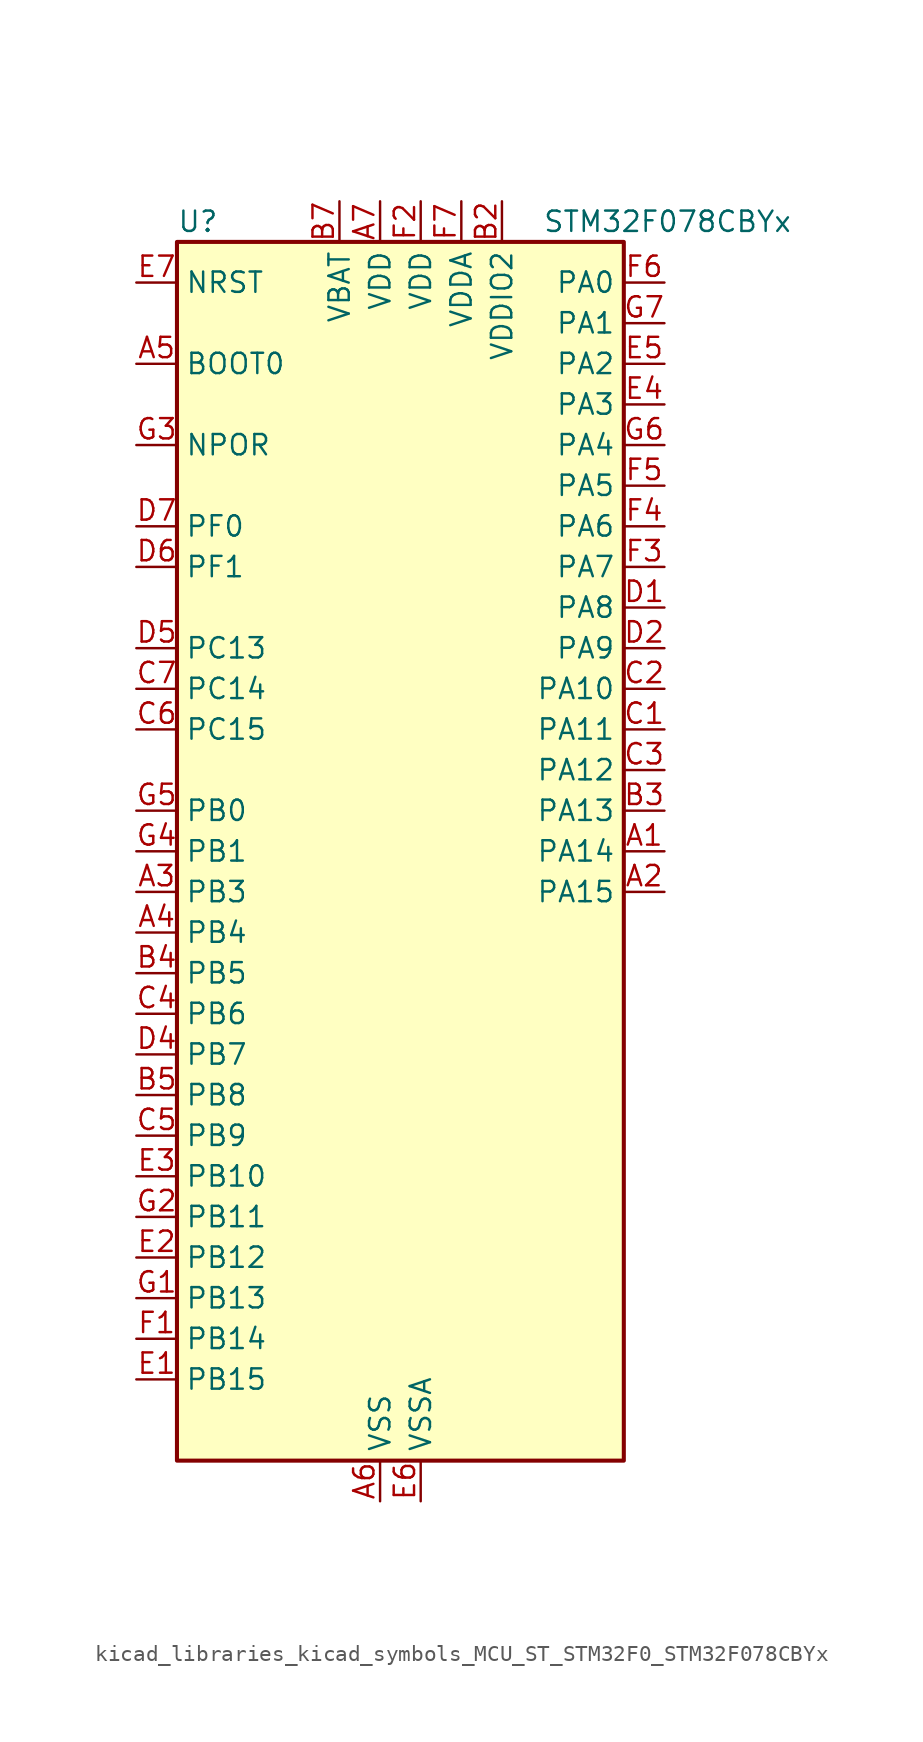
<source format=kicad_sym>
(kicad_symbol_lib
  (version 20220914)
  (generator kicad_symbol_editor)
  (symbol "kicad_libraries_kicad_symbols_MCU_ST_STM32F0_STM32F078CBYx"
    (property "Reference" "U"
      (at -12.7 39.37 0)
      (effects (font (size 1.27 1.27)) (justify left)))
    (property "Value" "STM32F078CBYx"
      (at 10.16 39.37 0)
      (effects (font (size 1.27 1.27)) (justify left)))
    (property "ki_locked" ""
      (at 0 0 0)
      (effects (font (size 1.27 1.27))))
    (symbol "kicad_libraries_kicad_symbols_MCU_ST_STM32F0_STM32F078CBYx_0_1"
      (rectangle (start -12.7 -38.1) (end 15.24 38.1) (stroke (width 0.254) (type default)) (fill (type background))))
    (symbol "kicad_libraries_kicad_symbols_MCU_ST_STM32F0_STM32F078CBYx_1_1"
      (pin bidirectional line (at 17.78 0 180) (length 2.54) (name "PA14" (effects (font (size 1.27 1.27)))) (number "A1" (effects (font (size 1.27 1.27)))) (alternate "SYS_SWCLK" bidirectional line) (alternate "USART2_TX" bidirectional line))
      (pin bidirectional line (at 17.78 -2.54 180) (length 2.54) (name "PA15" (effects (font (size 1.27 1.27)))) (number "A2" (effects (font (size 1.27 1.27)))) (alternate "I2S1_WS" bidirectional line) (alternate "SPI1_NSS" bidirectional line) (alternate "TIM2_CH1" bidirectional line) (alternate "TIM2_ETR" bidirectional line) (alternate "USART2_RX" bidirectional line) (alternate "USART4_DE" bidirectional line) (alternate "USART4_RTS" bidirectional line))
      (pin bidirectional line (at -15.24 -2.54 0) (length 2.54) (name "PB3" (effects (font (size 1.27 1.27)))) (number "A3" (effects (font (size 1.27 1.27)))) (alternate "I2S1_CK" bidirectional line) (alternate "SPI1_SCK" bidirectional line) (alternate "TIM2_CH2" bidirectional line) (alternate "TSC_G5_IO1" bidirectional line))
      (pin bidirectional line (at -15.24 -5.08 0) (length 2.54) (name "PB4" (effects (font (size 1.27 1.27)))) (number "A4" (effects (font (size 1.27 1.27)))) (alternate "I2S1_MCK" bidirectional line) (alternate "SPI1_MISO" bidirectional line) (alternate "TIM17_BKIN" bidirectional line) (alternate "TIM3_CH1" bidirectional line) (alternate "TSC_G5_IO2" bidirectional line))
      (pin input line (at -15.24 30.48 0) (length 2.54) (name "BOOT0" (effects (font (size 1.27 1.27)))) (number "A5" (effects (font (size 1.27 1.27)))))
      (pin power_in line (at 0 -40.64 90) (length 2.54) (name "VSS" (effects (font (size 1.27 1.27)))) (number "A6" (effects (font (size 1.27 1.27)))))
      (pin power_in line (at 0 40.64 270) (length 2.54) (name "VDD" (effects (font (size 1.27 1.27)))) (number "A7" (effects (font (size 1.27 1.27)))))
      (pin passive line (at 0 -40.64 90) (length 2.54) hide (name "VSS" (effects (font (size 1.27 1.27)))) (number "B1" (effects (font (size 1.27 1.27)))))
      (pin power_in line (at 7.62 40.64 270) (length 2.54) (name "VDDIO2" (effects (font (size 1.27 1.27)))) (number "B2" (effects (font (size 1.27 1.27)))))
      (pin bidirectional line (at 17.78 2.54 180) (length 2.54) (name "PA13" (effects (font (size 1.27 1.27)))) (number "B3" (effects (font (size 1.27 1.27)))) (alternate "IR_OUT" bidirectional line) (alternate "SYS_SWDIO" bidirectional line) (alternate "USB_NOE" bidirectional line))
      (pin bidirectional line (at -15.24 -7.62 0) (length 2.54) (name "PB5" (effects (font (size 1.27 1.27)))) (number "B4" (effects (font (size 1.27 1.27)))) (alternate "I2C1_SMBA" bidirectional line) (alternate "I2S1_SD" bidirectional line) (alternate "SPI1_MOSI" bidirectional line) (alternate "SYS_WKUP6" bidirectional line) (alternate "TIM16_BKIN" bidirectional line) (alternate "TIM3_CH2" bidirectional line))
      (pin bidirectional line (at -15.24 -15.24 0) (length 2.54) (name "PB8" (effects (font (size 1.27 1.27)))) (number "B5" (effects (font (size 1.27 1.27)))) (alternate "CEC" bidirectional line) (alternate "I2C1_SCL" bidirectional line) (alternate "TIM16_CH1" bidirectional line) (alternate "TSC_SYNC" bidirectional line))
      (pin no_connect line (at -12.7 -38.1 0) (length 2.54) hide (name "NC" (effects (font (size 1.27 1.27)))) (number "B6" (effects (font (size 1.27 1.27)))))
      (pin power_in line (at -2.54 40.64 270) (length 2.54) (name "VBAT" (effects (font (size 1.27 1.27)))) (number "B7" (effects (font (size 1.27 1.27)))))
      (pin bidirectional line (at 17.78 7.62 180) (length 2.54) (name "PA11" (effects (font (size 1.27 1.27)))) (number "C1" (effects (font (size 1.27 1.27)))) (alternate "COMP1_OUT" bidirectional line) (alternate "TIM1_CH4" bidirectional line) (alternate "TSC_G4_IO3" bidirectional line) (alternate "USART1_CTS" bidirectional line) (alternate "USB_DM" bidirectional line))
      (pin bidirectional line (at 17.78 10.16 180) (length 2.54) (name "PA10" (effects (font (size 1.27 1.27)))) (number "C2" (effects (font (size 1.27 1.27)))) (alternate "TIM17_BKIN" bidirectional line) (alternate "TIM1_CH3" bidirectional line) (alternate "TSC_G4_IO2" bidirectional line) (alternate "USART1_RX" bidirectional line))
      (pin bidirectional line (at 17.78 5.08 180) (length 2.54) (name "PA12" (effects (font (size 1.27 1.27)))) (number "C3" (effects (font (size 1.27 1.27)))) (alternate "COMP2_OUT" bidirectional line) (alternate "TIM1_ETR" bidirectional line) (alternate "TSC_G4_IO4" bidirectional line) (alternate "USART1_DE" bidirectional line) (alternate "USART1_RTS" bidirectional line) (alternate "USB_DP" bidirectional line))
      (pin bidirectional line (at -15.24 -10.16 0) (length 2.54) (name "PB6" (effects (font (size 1.27 1.27)))) (number "C4" (effects (font (size 1.27 1.27)))) (alternate "I2C1_SCL" bidirectional line) (alternate "TIM16_CH1N" bidirectional line) (alternate "TSC_G5_IO3" bidirectional line) (alternate "USART1_TX" bidirectional line))
      (pin bidirectional line (at -15.24 -17.78 0) (length 2.54) (name "PB9" (effects (font (size 1.27 1.27)))) (number "C5" (effects (font (size 1.27 1.27)))) (alternate "DAC_EXTI9" bidirectional line) (alternate "I2C1_SDA" bidirectional line) (alternate "I2S2_WS" bidirectional line) (alternate "IR_OUT" bidirectional line) (alternate "SPI2_NSS" bidirectional line) (alternate "TIM17_CH1" bidirectional line))
      (pin bidirectional line (at -15.24 7.62 0) (length 2.54) (name "PC15" (effects (font (size 1.27 1.27)))) (number "C6" (effects (font (size 1.27 1.27)))) (alternate "RCC_OSC32_OUT" bidirectional line))
      (pin bidirectional line (at -15.24 10.16 0) (length 2.54) (name "PC14" (effects (font (size 1.27 1.27)))) (number "C7" (effects (font (size 1.27 1.27)))) (alternate "RCC_OSC32_IN" bidirectional line))
      (pin bidirectional line (at 17.78 15.24 180) (length 2.54) (name "PA8" (effects (font (size 1.27 1.27)))) (number "D1" (effects (font (size 1.27 1.27)))) (alternate "CRS_SYNC" bidirectional line) (alternate "RCC_MCO" bidirectional line) (alternate "TIM1_CH1" bidirectional line) (alternate "USART1_CK" bidirectional line))
      (pin bidirectional line (at 17.78 12.7 180) (length 2.54) (name "PA9" (effects (font (size 1.27 1.27)))) (number "D2" (effects (font (size 1.27 1.27)))) (alternate "DAC_EXTI9" bidirectional line) (alternate "TIM15_BKIN" bidirectional line) (alternate "TIM1_CH2" bidirectional line) (alternate "TSC_G4_IO1" bidirectional line) (alternate "USART1_TX" bidirectional line))
      (pin passive line (at 0 -40.64 90) (length 2.54) hide (name "VSS" (effects (font (size 1.27 1.27)))) (number "D3" (effects (font (size 1.27 1.27)))))
      (pin bidirectional line (at -15.24 -12.7 0) (length 2.54) (name "PB7" (effects (font (size 1.27 1.27)))) (number "D4" (effects (font (size 1.27 1.27)))) (alternate "I2C1_SDA" bidirectional line) (alternate "TIM17_CH1N" bidirectional line) (alternate "TSC_G5_IO4" bidirectional line) (alternate "USART1_RX" bidirectional line) (alternate "USART4_CTS" bidirectional line))
      (pin bidirectional line (at -15.24 12.7 0) (length 2.54) (name "PC13" (effects (font (size 1.27 1.27)))) (number "D5" (effects (font (size 1.27 1.27)))) (alternate "RTC_OUT_ALARM" bidirectional line) (alternate "RTC_OUT_CALIB" bidirectional line) (alternate "RTC_TAMP1" bidirectional line) (alternate "RTC_TS" bidirectional line) (alternate "SYS_WKUP2" bidirectional line))
      (pin bidirectional line (at -15.24 17.78 0) (length 2.54) (name "PF1" (effects (font (size 1.27 1.27)))) (number "D6" (effects (font (size 1.27 1.27)))) (alternate "RCC_OSC_OUT" bidirectional line))
      (pin bidirectional line (at -15.24 20.32 0) (length 2.54) (name "PF0" (effects (font (size 1.27 1.27)))) (number "D7" (effects (font (size 1.27 1.27)))) (alternate "CRS_SYNC" bidirectional line) (alternate "RCC_OSC_IN" bidirectional line))
      (pin bidirectional line (at -15.24 -33.02 0) (length 2.54) (name "PB15" (effects (font (size 1.27 1.27)))) (number "E1" (effects (font (size 1.27 1.27)))) (alternate "I2S2_SD" bidirectional line) (alternate "RTC_REFIN" bidirectional line) (alternate "SPI2_MOSI" bidirectional line) (alternate "SYS_WKUP7" bidirectional line) (alternate "TIM15_CH1N" bidirectional line) (alternate "TIM15_CH2" bidirectional line) (alternate "TIM1_CH3N" bidirectional line))
      (pin bidirectional line (at -15.24 -25.4 0) (length 2.54) (name "PB12" (effects (font (size 1.27 1.27)))) (number "E2" (effects (font (size 1.27 1.27)))) (alternate "I2S2_WS" bidirectional line) (alternate "SPI2_NSS" bidirectional line) (alternate "TIM15_BKIN" bidirectional line) (alternate "TIM1_BKIN" bidirectional line) (alternate "TSC_G6_IO2" bidirectional line) (alternate "USART3_CK" bidirectional line))
      (pin bidirectional line (at -15.24 -20.32 0) (length 2.54) (name "PB10" (effects (font (size 1.27 1.27)))) (number "E3" (effects (font (size 1.27 1.27)))) (alternate "CEC" bidirectional line) (alternate "I2C2_SCL" bidirectional line) (alternate "I2S2_CK" bidirectional line) (alternate "SPI2_SCK" bidirectional line) (alternate "TIM2_CH3" bidirectional line) (alternate "TSC_SYNC" bidirectional line) (alternate "USART3_TX" bidirectional line))
      (pin bidirectional line (at 17.78 27.94 180) (length 2.54) (name "PA3" (effects (font (size 1.27 1.27)))) (number "E4" (effects (font (size 1.27 1.27)))) (alternate "ADC_IN3" bidirectional line) (alternate "COMP2_INP" bidirectional line) (alternate "TIM15_CH2" bidirectional line) (alternate "TIM2_CH4" bidirectional line) (alternate "TSC_G1_IO4" bidirectional line) (alternate "USART2_RX" bidirectional line))
      (pin bidirectional line (at 17.78 30.48 180) (length 2.54) (name "PA2" (effects (font (size 1.27 1.27)))) (number "E5" (effects (font (size 1.27 1.27)))) (alternate "ADC_IN2" bidirectional line) (alternate "COMP2_INM" bidirectional line) (alternate "COMP2_OUT" bidirectional line) (alternate "SYS_WKUP4" bidirectional line) (alternate "TIM15_CH1" bidirectional line) (alternate "TIM2_CH3" bidirectional line) (alternate "TSC_G1_IO3" bidirectional line) (alternate "USART2_TX" bidirectional line))
      (pin power_in line (at 2.54 -40.64 90) (length 2.54) (name "VSSA" (effects (font (size 1.27 1.27)))) (number "E6" (effects (font (size 1.27 1.27)))))
      (pin input line (at -15.24 35.56 0) (length 2.54) (name "NRST" (effects (font (size 1.27 1.27)))) (number "E7" (effects (font (size 1.27 1.27)))))
      (pin bidirectional line (at -15.24 -30.48 0) (length 2.54) (name "PB14" (effects (font (size 1.27 1.27)))) (number "F1" (effects (font (size 1.27 1.27)))) (alternate "I2C2_SDA" bidirectional line) (alternate "I2S2_MCK" bidirectional line) (alternate "SPI2_MISO" bidirectional line) (alternate "TIM15_CH1" bidirectional line) (alternate "TIM1_CH2N" bidirectional line) (alternate "TSC_G6_IO4" bidirectional line) (alternate "USART3_DE" bidirectional line) (alternate "USART3_RTS" bidirectional line))
      (pin power_in line (at 2.54 40.64 270) (length 2.54) (name "VDD" (effects (font (size 1.27 1.27)))) (number "F2" (effects (font (size 1.27 1.27)))))
      (pin bidirectional line (at 17.78 17.78 180) (length 2.54) (name "PA7" (effects (font (size 1.27 1.27)))) (number "F3" (effects (font (size 1.27 1.27)))) (alternate "ADC_IN7" bidirectional line) (alternate "COMP2_OUT" bidirectional line) (alternate "I2S1_SD" bidirectional line) (alternate "SPI1_MOSI" bidirectional line) (alternate "TIM14_CH1" bidirectional line) (alternate "TIM17_CH1" bidirectional line) (alternate "TIM1_CH1N" bidirectional line) (alternate "TIM3_CH2" bidirectional line) (alternate "TSC_G2_IO4" bidirectional line))
      (pin bidirectional line (at 17.78 20.32 180) (length 2.54) (name "PA6" (effects (font (size 1.27 1.27)))) (number "F4" (effects (font (size 1.27 1.27)))) (alternate "ADC_IN6" bidirectional line) (alternate "COMP1_OUT" bidirectional line) (alternate "I2S1_MCK" bidirectional line) (alternate "SPI1_MISO" bidirectional line) (alternate "TIM16_CH1" bidirectional line) (alternate "TIM1_BKIN" bidirectional line) (alternate "TIM3_CH1" bidirectional line) (alternate "TSC_G2_IO3" bidirectional line) (alternate "USART3_CTS" bidirectional line))
      (pin bidirectional line (at 17.78 22.86 180) (length 2.54) (name "PA5" (effects (font (size 1.27 1.27)))) (number "F5" (effects (font (size 1.27 1.27)))) (alternate "ADC_IN5" bidirectional line) (alternate "CEC" bidirectional line) (alternate "COMP1_INM" bidirectional line) (alternate "COMP2_INM" bidirectional line) (alternate "DAC_OUT2" bidirectional line) (alternate "I2S1_CK" bidirectional line) (alternate "SPI1_SCK" bidirectional line) (alternate "TIM2_CH1" bidirectional line) (alternate "TIM2_ETR" bidirectional line) (alternate "TSC_G2_IO2" bidirectional line))
      (pin bidirectional line (at 17.78 35.56 180) (length 2.54) (name "PA0" (effects (font (size 1.27 1.27)))) (number "F6" (effects (font (size 1.27 1.27)))) (alternate "ADC_IN0" bidirectional line) (alternate "COMP1_INM" bidirectional line) (alternate "COMP1_OUT" bidirectional line) (alternate "RTC_TAMP2" bidirectional line) (alternate "SYS_WKUP1" bidirectional line) (alternate "TIM2_CH1" bidirectional line) (alternate "TIM2_ETR" bidirectional line) (alternate "TSC_G1_IO1" bidirectional line) (alternate "USART2_CTS" bidirectional line) (alternate "USART4_TX" bidirectional line))
      (pin power_in line (at 5.08 40.64 270) (length 2.54) (name "VDDA" (effects (font (size 1.27 1.27)))) (number "F7" (effects (font (size 1.27 1.27)))))
      (pin bidirectional line (at -15.24 -27.94 0) (length 2.54) (name "PB13" (effects (font (size 1.27 1.27)))) (number "G1" (effects (font (size 1.27 1.27)))) (alternate "I2C2_SCL" bidirectional line) (alternate "I2S2_CK" bidirectional line) (alternate "SPI2_SCK" bidirectional line) (alternate "TIM1_CH1N" bidirectional line) (alternate "TSC_G6_IO3" bidirectional line) (alternate "USART3_CTS" bidirectional line))
      (pin bidirectional line (at -15.24 -22.86 0) (length 2.54) (name "PB11" (effects (font (size 1.27 1.27)))) (number "G2" (effects (font (size 1.27 1.27)))) (alternate "I2C2_SDA" bidirectional line) (alternate "TIM2_CH4" bidirectional line) (alternate "TSC_G6_IO1" bidirectional line) (alternate "USART3_RX" bidirectional line))
      (pin input line (at -15.24 25.4 0) (length 2.54) (name "NPOR" (effects (font (size 1.27 1.27)))) (number "G3" (effects (font (size 1.27 1.27)))))
      (pin bidirectional line (at -15.24 0 0) (length 2.54) (name "PB1" (effects (font (size 1.27 1.27)))) (number "G4" (effects (font (size 1.27 1.27)))) (alternate "ADC_IN9" bidirectional line) (alternate "TIM14_CH1" bidirectional line) (alternate "TIM1_CH3N" bidirectional line) (alternate "TIM3_CH4" bidirectional line) (alternate "TSC_G3_IO3" bidirectional line) (alternate "USART3_DE" bidirectional line) (alternate "USART3_RTS" bidirectional line))
      (pin bidirectional line (at -15.24 2.54 0) (length 2.54) (name "PB0" (effects (font (size 1.27 1.27)))) (number "G5" (effects (font (size 1.27 1.27)))) (alternate "ADC_IN8" bidirectional line) (alternate "TIM1_CH2N" bidirectional line) (alternate "TIM3_CH3" bidirectional line) (alternate "TSC_G3_IO2" bidirectional line) (alternate "USART3_CK" bidirectional line))
      (pin bidirectional line (at 17.78 25.4 180) (length 2.54) (name "PA4" (effects (font (size 1.27 1.27)))) (number "G6" (effects (font (size 1.27 1.27)))) (alternate "ADC_IN4" bidirectional line) (alternate "COMP1_INM" bidirectional line) (alternate "COMP2_INM" bidirectional line) (alternate "DAC_OUT1" bidirectional line) (alternate "I2S1_WS" bidirectional line) (alternate "SPI1_NSS" bidirectional line) (alternate "TIM14_CH1" bidirectional line) (alternate "TSC_G2_IO1" bidirectional line) (alternate "USART2_CK" bidirectional line))
      (pin bidirectional line (at 17.78 33.02 180) (length 2.54) (name "PA1" (effects (font (size 1.27 1.27)))) (number "G7" (effects (font (size 1.27 1.27)))) (alternate "ADC_IN1" bidirectional line) (alternate "COMP1_INP" bidirectional line) (alternate "TIM15_CH1N" bidirectional line) (alternate "TIM2_CH2" bidirectional line) (alternate "TSC_G1_IO2" bidirectional line) (alternate "USART2_DE" bidirectional line) (alternate "USART2_RTS" bidirectional line) (alternate "USART4_RX" bidirectional line)))))
</source>
